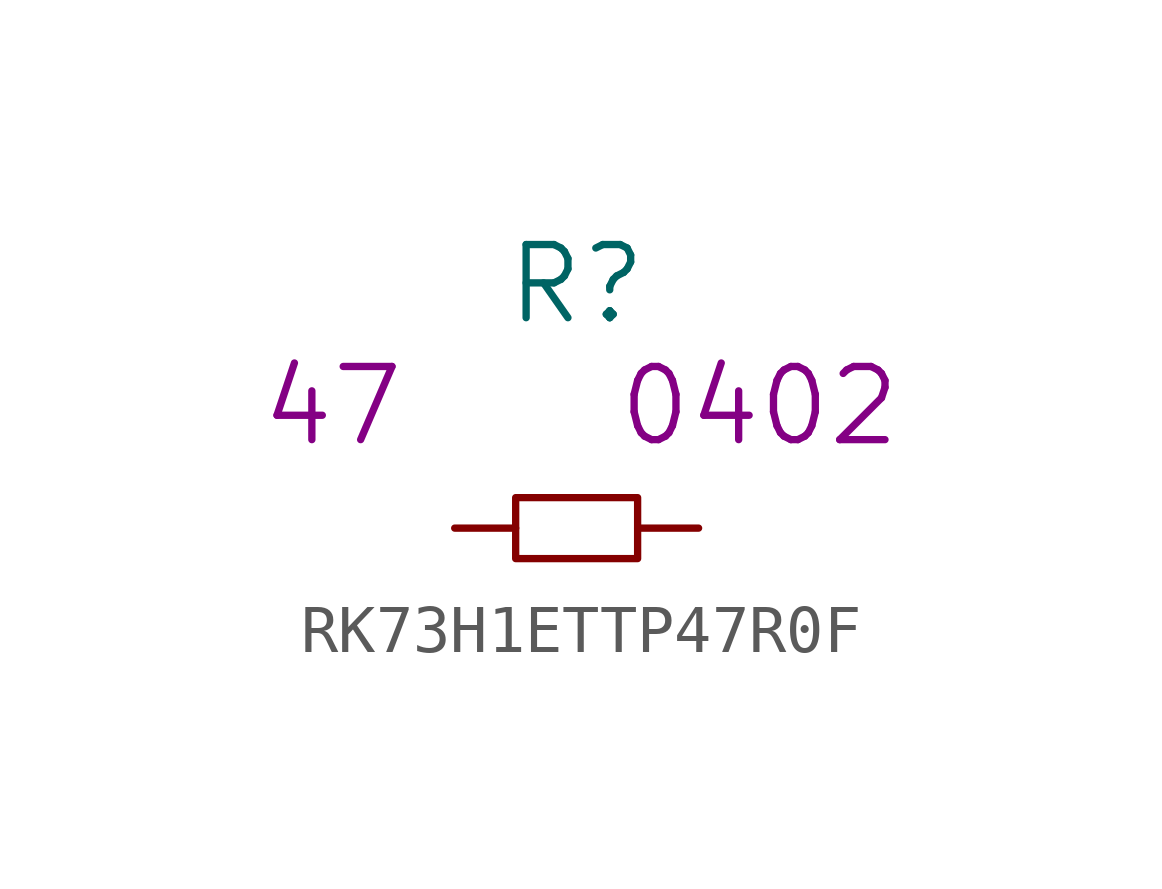
<source format=kicad_sym>
(kicad_symbol_lib
  (version 20220914)
  (generator kicad_symbol_editor)
  (symbol "RK73H1ETTP47R0F"
    (pin_numbers hide)
    (pin_names
      (offset 1.016) hide)
    (property "Reference" "R"
      (at 0 5.08 0)
      (effects (font (size 1.524 1.524))))
    (property "Value2" "47"
      (at -5.08 2.54 0)
      (effects (font (size 1.524 1.524))))
    (property "Size" "0402"
      (at 3.81 2.54 0)
      (effects (font (size 1.524 1.524))))
    (symbol "RK73H1ETTP47R0F_0_1"
      (rectangle (start -1.27 0.635) (end 1.27 -0.635) (stroke (width 0) (type solid)) (fill (type none))))
    (symbol "RK73H1ETTP47R0F_1_1"
      (pin passive line (at -2.54 0 0) (length 1.27) (name "1" (effects (font (size 1.27 1.27)))) (number "1" (effects (font (size 1.27 1.27)))))
      (pin passive line (at 2.54 0 180) (length 1.27) (name "2" (effects (font (size 1.27 1.27)))) (number "2" (effects (font (size 1.27 1.27))))))))
</source>
